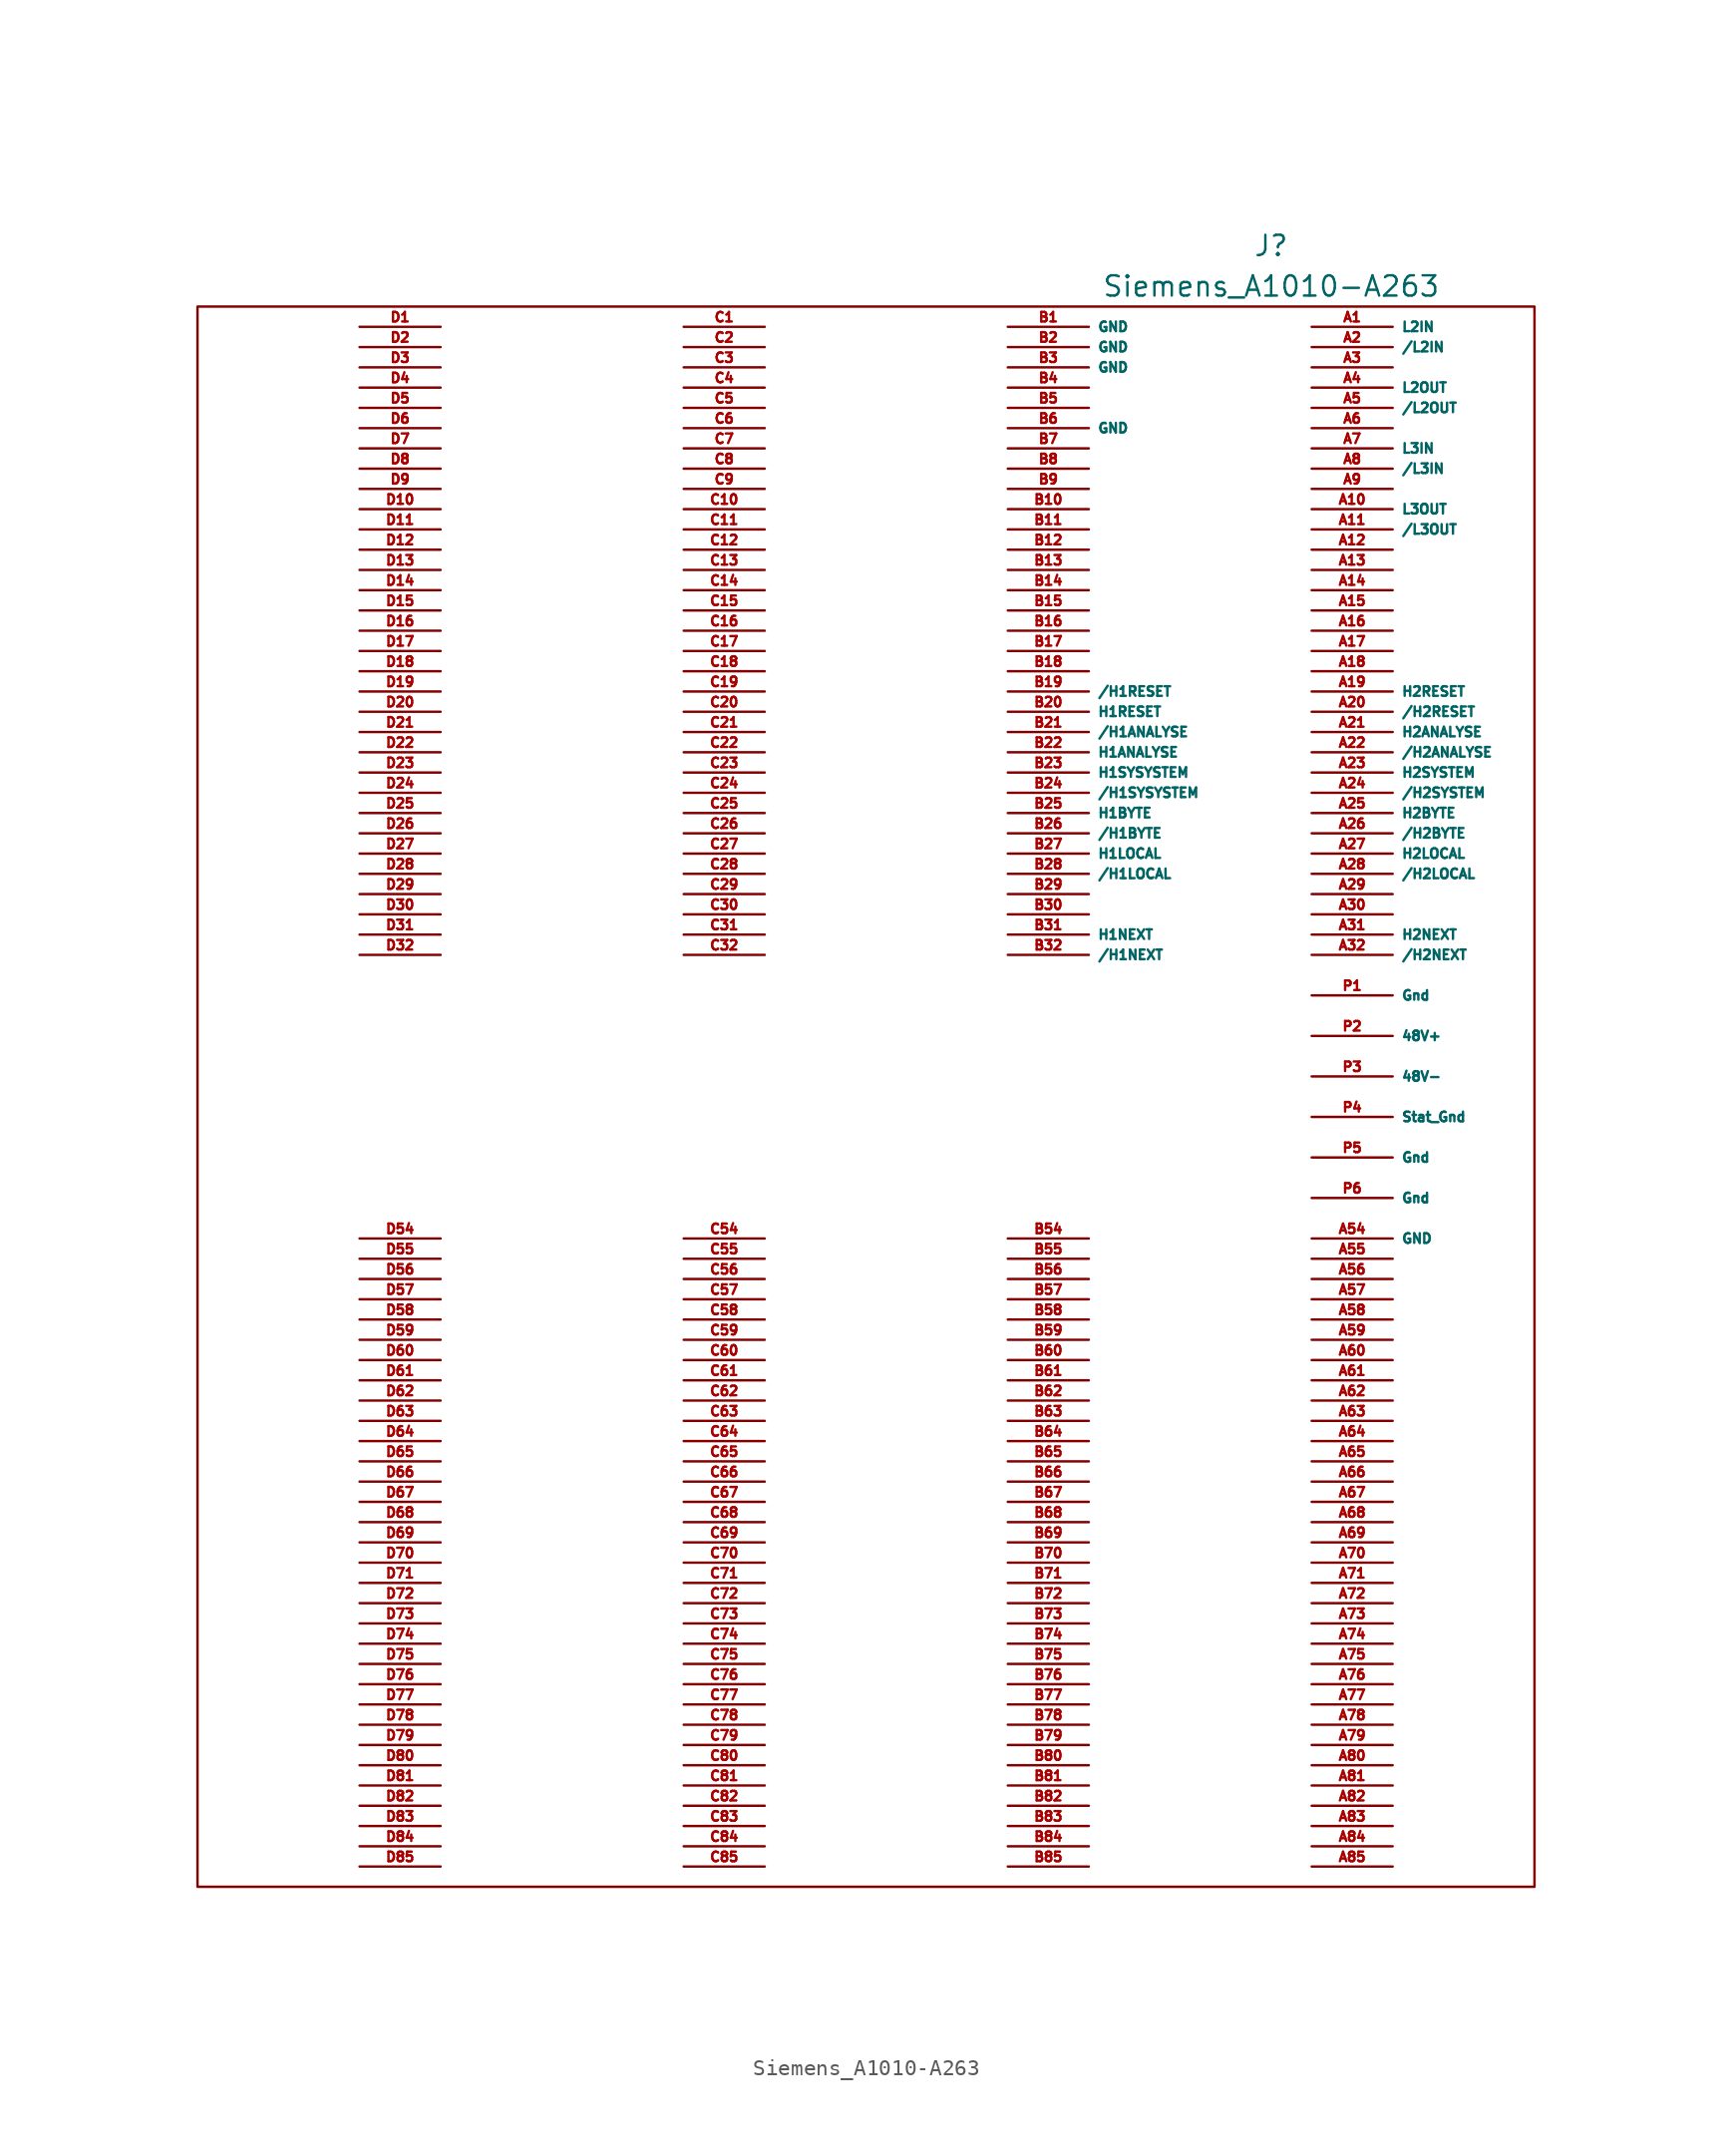
<source format=kicad_sym>
(kicad_symbol_lib
  (version 20211014)
  (generator kicad_symbol_editor)
  (symbol "Siemens_A1010-A263"
    (property "Reference" "J"
      (at 0 0 0)
      (effects (font (size 1.27 1.27))))
    (property "Value" "Siemens_A1010-A263"
      (at 0 -2.54 0)
      (effects (font (size 1.27 1.27))))
    (symbol "Siemens_A1010-A263_0_1"
      (rectangle (start -67.31 -3.81) (end 16.51 -102.87) (stroke (width 0) (type default) (color 0 0 0 0)) (fill (type none))))
    (symbol "Siemens_A1010-A263_1_1"
      (pin output line (at 2.54 -5.08 0) (length 5.08) (name "L2IN" (effects (font (size 0.6 0.6)))) (number "A1" (effects (font (size 0.6 0.6)))))
      (pin input line (at 2.54 -16.51 0) (length 5.08) (name "L3OUT" (effects (font (size 0.6 0.6)))) (number "A10" (effects (font (size 0.6 0.6)))))
      (pin input line (at 2.54 -17.78 0) (length 5.08) (name "/L3OUT" (effects (font (size 0.6 0.6)))) (number "A11" (effects (font (size 0.6 0.6)))))
      (pin unspecified line (at 2.54 -19.05 0) (length 5.08) (name "" (effects (font (size 0.6 0.6)))) (number "A12" (effects (font (size 0.6 0.6)))))
      (pin unspecified line (at 2.54 -20.32 0) (length 5.08) (name "" (effects (font (size 0.6 0.6)))) (number "A13" (effects (font (size 0.6 0.6)))))
      (pin unspecified line (at 2.54 -21.59 0) (length 5.08) (name "" (effects (font (size 0.6 0.6)))) (number "A14" (effects (font (size 0.6 0.6)))))
      (pin unspecified line (at 2.54 -22.86 0) (length 5.08) (name "" (effects (font (size 0.6 0.6)))) (number "A15" (effects (font (size 0.6 0.6)))))
      (pin unspecified line (at 2.54 -24.13 0) (length 5.08) (name "" (effects (font (size 0.6 0.6)))) (number "A16" (effects (font (size 0.6 0.6)))))
      (pin unspecified line (at 2.54 -25.4 0) (length 5.08) (name "" (effects (font (size 0.6 0.6)))) (number "A17" (effects (font (size 0.6 0.6)))))
      (pin unspecified line (at 2.54 -26.67 0) (length 5.08) (name "" (effects (font (size 0.6 0.6)))) (number "A18" (effects (font (size 0.6 0.6)))))
      (pin tri_state line (at 2.54 -27.94 0) (length 5.08) (name "H2RESET" (effects (font (size 0.6 0.6)))) (number "A19" (effects (font (size 0.6 0.6)))))
      (pin output line (at 2.54 -6.35 0) (length 5.08) (name "/L2IN" (effects (font (size 0.6 0.6)))) (number "A2" (effects (font (size 0.6 0.6)))))
      (pin tri_state line (at 2.54 -29.21 0) (length 5.08) (name "/H2RESET" (effects (font (size 0.6 0.6)))) (number "A20" (effects (font (size 0.6 0.6)))))
      (pin tri_state line (at 2.54 -30.48 0) (length 5.08) (name "H2ANALYSE" (effects (font (size 0.6 0.6)))) (number "A21" (effects (font (size 0.6 0.6)))))
      (pin tri_state line (at 2.54 -31.75 0) (length 5.08) (name "/H2ANALYSE" (effects (font (size 0.6 0.6)))) (number "A22" (effects (font (size 0.6 0.6)))))
      (pin tri_state line (at 2.54 -33.02 0) (length 5.08) (name "H2SYSTEM" (effects (font (size 0.6 0.6)))) (number "A23" (effects (font (size 0.6 0.6)))))
      (pin tri_state line (at 2.54 -34.29 0) (length 5.08) (name "/H2SYSTEM" (effects (font (size 0.6 0.6)))) (number "A24" (effects (font (size 0.6 0.6)))))
      (pin tri_state line (at 2.54 -35.56 0) (length 5.08) (name "H2BYTE" (effects (font (size 0.6 0.6)))) (number "A25" (effects (font (size 0.6 0.6)))))
      (pin tri_state line (at 2.54 -36.83 0) (length 5.08) (name "/H2BYTE" (effects (font (size 0.6 0.6)))) (number "A26" (effects (font (size 0.6 0.6)))))
      (pin tri_state line (at 2.54 -38.1 0) (length 5.08) (name "H2LOCAL" (effects (font (size 0.6 0.6)))) (number "A27" (effects (font (size 0.6 0.6)))))
      (pin tri_state line (at 2.54 -39.37 0) (length 5.08) (name "/H2LOCAL" (effects (font (size 0.6 0.6)))) (number "A28" (effects (font (size 0.6 0.6)))))
      (pin unspecified line (at 2.54 -40.64 0) (length 5.08) (name "" (effects (font (size 0.6 0.6)))) (number "A29" (effects (font (size 0.6 0.6)))))
      (pin unspecified line (at 2.54 -7.62 0) (length 5.08) (name "" (effects (font (size 0.6 0.6)))) (number "A3" (effects (font (size 0.6 0.6)))))
      (pin unspecified line (at 2.54 -41.91 0) (length 5.08) (name "" (effects (font (size 0.6 0.6)))) (number "A30" (effects (font (size 0.6 0.6)))))
      (pin tri_state line (at 2.54 -43.18 0) (length 5.08) (name "H2NEXT" (effects (font (size 0.6 0.6)))) (number "A31" (effects (font (size 0.6 0.6)))))
      (pin tri_state line (at 2.54 -44.45 0) (length 5.08) (name "/H2NEXT" (effects (font (size 0.6 0.6)))) (number "A32" (effects (font (size 0.6 0.6)))))
      (pin input line (at 2.54 -8.89 0) (length 5.08) (name "L2OUT" (effects (font (size 0.6 0.6)))) (number "A4" (effects (font (size 0.6 0.6)))))
      (pin input line (at 2.54 -10.16 0) (length 5.08) (name "/L2OUT" (effects (font (size 0.6 0.6)))) (number "A5" (effects (font (size 0.6 0.6)))))
      (pin power_in line (at 2.54 -62.23 0) (length 5.08) (name "GND" (effects (font (size 0.6 0.6)))) (number "A54" (effects (font (size 0.6 0.6)))))
      (pin unspecified line (at 2.54 -63.5 0) (length 5.08) (name "" (effects (font (size 0.6 0.6)))) (number "A55" (effects (font (size 0.6 0.6)))))
      (pin unspecified line (at 2.54 -64.77 0) (length 5.08) (name "" (effects (font (size 0.6 0.6)))) (number "A56" (effects (font (size 0.6 0.6)))))
      (pin unspecified line (at 2.54 -66.04 0) (length 5.08) (name "" (effects (font (size 0.6 0.6)))) (number "A57" (effects (font (size 0.6 0.6)))))
      (pin unspecified line (at 2.54 -67.31 0) (length 5.08) (name "" (effects (font (size 0.6 0.6)))) (number "A58" (effects (font (size 0.6 0.6)))))
      (pin unspecified line (at 2.54 -68.58 0) (length 5.08) (name "" (effects (font (size 0.6 0.6)))) (number "A59" (effects (font (size 0.6 0.6)))))
      (pin unspecified line (at 2.54 -11.43 0) (length 5.08) (name "" (effects (font (size 0.6 0.6)))) (number "A6" (effects (font (size 0.6 0.6)))))
      (pin unspecified line (at 2.54 -69.85 0) (length 5.08) (name "" (effects (font (size 0.6 0.6)))) (number "A60" (effects (font (size 0.6 0.6)))))
      (pin unspecified line (at 2.54 -71.12 0) (length 5.08) (name "" (effects (font (size 0.6 0.6)))) (number "A61" (effects (font (size 0.6 0.6)))))
      (pin unspecified line (at 2.54 -72.39 0) (length 5.08) (name "" (effects (font (size 0.6 0.6)))) (number "A62" (effects (font (size 0.6 0.6)))))
      (pin unspecified line (at 2.54 -73.66 0) (length 5.08) (name "" (effects (font (size 0.6 0.6)))) (number "A63" (effects (font (size 0.6 0.6)))))
      (pin unspecified line (at 2.54 -74.93 0) (length 5.08) (name "" (effects (font (size 0.6 0.6)))) (number "A64" (effects (font (size 0.6 0.6)))))
      (pin unspecified line (at 2.54 -76.2 0) (length 5.08) (name "" (effects (font (size 0.6 0.6)))) (number "A65" (effects (font (size 0.6 0.6)))))
      (pin unspecified line (at 2.54 -77.47 0) (length 5.08) (name "" (effects (font (size 0.6 0.6)))) (number "A66" (effects (font (size 0.6 0.6)))))
      (pin unspecified line (at 2.54 -78.74 0) (length 5.08) (name "" (effects (font (size 0.6 0.6)))) (number "A67" (effects (font (size 0.6 0.6)))))
      (pin unspecified line (at 2.54 -80.01 0) (length 5.08) (name "" (effects (font (size 0.6 0.6)))) (number "A68" (effects (font (size 0.6 0.6)))))
      (pin unspecified line (at 2.54 -81.28 0) (length 5.08) (name "" (effects (font (size 0.6 0.6)))) (number "A69" (effects (font (size 0.6 0.6)))))
      (pin output line (at 2.54 -12.7 0) (length 5.08) (name "L3IN" (effects (font (size 0.6 0.6)))) (number "A7" (effects (font (size 0.6 0.6)))))
      (pin unspecified line (at 2.54 -82.55 0) (length 5.08) (name "" (effects (font (size 0.6 0.6)))) (number "A70" (effects (font (size 0.6 0.6)))))
      (pin unspecified line (at 2.54 -83.82 0) (length 5.08) (name "" (effects (font (size 0.6 0.6)))) (number "A71" (effects (font (size 0.6 0.6)))))
      (pin unspecified line (at 2.54 -85.09 0) (length 5.08) (name "" (effects (font (size 0.6 0.6)))) (number "A72" (effects (font (size 0.6 0.6)))))
      (pin unspecified line (at 2.54 -86.36 0) (length 5.08) (name "" (effects (font (size 0.6 0.6)))) (number "A73" (effects (font (size 0.6 0.6)))))
      (pin unspecified line (at 2.54 -87.63 0) (length 5.08) (name "" (effects (font (size 0.6 0.6)))) (number "A74" (effects (font (size 0.6 0.6)))))
      (pin unspecified line (at 2.54 -88.9 0) (length 5.08) (name "" (effects (font (size 0.6 0.6)))) (number "A75" (effects (font (size 0.6 0.6)))))
      (pin unspecified line (at 2.54 -90.17 0) (length 5.08) (name "" (effects (font (size 0.6 0.6)))) (number "A76" (effects (font (size 0.6 0.6)))))
      (pin unspecified line (at 2.54 -91.44 0) (length 5.08) (name "" (effects (font (size 0.6 0.6)))) (number "A77" (effects (font (size 0.6 0.6)))))
      (pin unspecified line (at 2.54 -92.71 0) (length 5.08) (name "" (effects (font (size 0.6 0.6)))) (number "A78" (effects (font (size 0.6 0.6)))))
      (pin unspecified line (at 2.54 -93.98 0) (length 5.08) (name "" (effects (font (size 0.6 0.6)))) (number "A79" (effects (font (size 0.6 0.6)))))
      (pin output line (at 2.54 -13.97 0) (length 5.08) (name "/L3IN" (effects (font (size 0.6 0.6)))) (number "A8" (effects (font (size 0.6 0.6)))))
      (pin unspecified line (at 2.54 -95.25 0) (length 5.08) (name "" (effects (font (size 0.6 0.6)))) (number "A80" (effects (font (size 0.6 0.6)))))
      (pin unspecified line (at 2.54 -96.52 0) (length 5.08) (name "" (effects (font (size 0.6 0.6)))) (number "A81" (effects (font (size 0.6 0.6)))))
      (pin unspecified line (at 2.54 -97.79 0) (length 5.08) (name "" (effects (font (size 0.6 0.6)))) (number "A82" (effects (font (size 0.6 0.6)))))
      (pin unspecified line (at 2.54 -99.06 0) (length 5.08) (name "" (effects (font (size 0.6 0.6)))) (number "A83" (effects (font (size 0.6 0.6)))))
      (pin unspecified line (at 2.54 -100.33 0) (length 5.08) (name "" (effects (font (size 0.6 0.6)))) (number "A84" (effects (font (size 0.6 0.6)))))
      (pin unspecified line (at 2.54 -101.6 0) (length 5.08) (name "" (effects (font (size 0.6 0.6)))) (number "A85" (effects (font (size 0.6 0.6)))))
      (pin unspecified line (at 2.54 -15.24 0) (length 5.08) (name "" (effects (font (size 0.6 0.6)))) (number "A9" (effects (font (size 0.6 0.6)))))
      (pin power_in line (at -16.51 -5.08 0) (length 5.08) (name "GND" (effects (font (size 0.6 0.6)))) (number "B1" (effects (font (size 0.6 0.6)))))
      (pin unspecified line (at -16.51 -16.51 0) (length 5.08) (name "" (effects (font (size 0.6 0.6)))) (number "B10" (effects (font (size 0.6 0.6)))))
      (pin unspecified line (at -16.51 -17.78 0) (length 5.08) (name "" (effects (font (size 0.6 0.6)))) (number "B11" (effects (font (size 0.6 0.6)))))
      (pin unspecified line (at -16.51 -19.05 0) (length 5.08) (name "" (effects (font (size 0.6 0.6)))) (number "B12" (effects (font (size 0.6 0.6)))))
      (pin unspecified line (at -16.51 -20.32 0) (length 5.08) (name "" (effects (font (size 0.6 0.6)))) (number "B13" (effects (font (size 0.6 0.6)))))
      (pin unspecified line (at -16.51 -21.59 0) (length 5.08) (name "" (effects (font (size 0.6 0.6)))) (number "B14" (effects (font (size 0.6 0.6)))))
      (pin unspecified line (at -16.51 -22.86 0) (length 5.08) (name "" (effects (font (size 0.6 0.6)))) (number "B15" (effects (font (size 0.6 0.6)))))
      (pin unspecified line (at -16.51 -24.13 0) (length 5.08) (name "" (effects (font (size 0.6 0.6)))) (number "B16" (effects (font (size 0.6 0.6)))))
      (pin unspecified line (at -16.51 -25.4 0) (length 5.08) (name "" (effects (font (size 0.6 0.6)))) (number "B17" (effects (font (size 0.6 0.6)))))
      (pin unspecified line (at -16.51 -26.67 0) (length 5.08) (name "" (effects (font (size 0.6 0.6)))) (number "B18" (effects (font (size 0.6 0.6)))))
      (pin tri_state line (at -16.51 -27.94 0) (length 5.08) (name "/H1RESET" (effects (font (size 0.6 0.6)))) (number "B19" (effects (font (size 0.6 0.6)))))
      (pin power_in line (at -16.51 -6.35 0) (length 5.08) (name "GND" (effects (font (size 0.6 0.6)))) (number "B2" (effects (font (size 0.6 0.6)))))
      (pin tri_state line (at -16.51 -29.21 0) (length 5.08) (name "H1RESET" (effects (font (size 0.6 0.6)))) (number "B20" (effects (font (size 0.6 0.6)))))
      (pin tri_state line (at -16.51 -30.48 0) (length 5.08) (name "/H1ANALYSE" (effects (font (size 0.6 0.6)))) (number "B21" (effects (font (size 0.6 0.6)))))
      (pin tri_state line (at -16.51 -31.75 0) (length 5.08) (name "H1ANALYSE" (effects (font (size 0.6 0.6)))) (number "B22" (effects (font (size 0.6 0.6)))))
      (pin tri_state line (at -16.51 -33.02 0) (length 5.08) (name "H1SYSYSTEM" (effects (font (size 0.6 0.6)))) (number "B23" (effects (font (size 0.6 0.6)))))
      (pin tri_state line (at -16.51 -34.29 0) (length 5.08) (name "/H1SYSYSTEM" (effects (font (size 0.6 0.6)))) (number "B24" (effects (font (size 0.6 0.6)))))
      (pin tri_state line (at -16.51 -35.56 0) (length 5.08) (name "H1BYTE" (effects (font (size 0.6 0.6)))) (number "B25" (effects (font (size 0.6 0.6)))))
      (pin tri_state line (at -16.51 -36.83 0) (length 5.08) (name "/H1BYTE" (effects (font (size 0.6 0.6)))) (number "B26" (effects (font (size 0.6 0.6)))))
      (pin tri_state line (at -16.51 -38.1 0) (length 5.08) (name "H1LOCAL" (effects (font (size 0.6 0.6)))) (number "B27" (effects (font (size 0.6 0.6)))))
      (pin tri_state line (at -16.51 -39.37 0) (length 5.08) (name "/H1LOCAL" (effects (font (size 0.6 0.6)))) (number "B28" (effects (font (size 0.6 0.6)))))
      (pin unspecified line (at -16.51 -40.64 0) (length 5.08) (name "" (effects (font (size 0.6 0.6)))) (number "B29" (effects (font (size 0.6 0.6)))))
      (pin power_in line (at -16.51 -7.62 0) (length 5.08) (name "GND" (effects (font (size 0.6 0.6)))) (number "B3" (effects (font (size 0.6 0.6)))))
      (pin unspecified line (at -16.51 -41.91 0) (length 5.08) (name "" (effects (font (size 0.6 0.6)))) (number "B30" (effects (font (size 0.6 0.6)))))
      (pin tri_state line (at -16.51 -43.18 0) (length 5.08) (name "H1NEXT" (effects (font (size 0.6 0.6)))) (number "B31" (effects (font (size 0.6 0.6)))))
      (pin tri_state line (at -16.51 -44.45 0) (length 5.08) (name "/H1NEXT" (effects (font (size 0.6 0.6)))) (number "B32" (effects (font (size 0.6 0.6)))))
      (pin unspecified line (at -16.51 -8.89 0) (length 5.08) (name "" (effects (font (size 0.6 0.6)))) (number "B4" (effects (font (size 0.6 0.6)))))
      (pin unspecified line (at -16.51 -10.16 0) (length 5.08) (name "" (effects (font (size 0.6 0.6)))) (number "B5" (effects (font (size 0.6 0.6)))))
      (pin unspecified line (at -16.51 -62.23 0) (length 5.08) (name "" (effects (font (size 0.6 0.6)))) (number "B54" (effects (font (size 0.6 0.6)))))
      (pin unspecified line (at -16.51 -63.5 0) (length 5.08) (name "" (effects (font (size 0.6 0.6)))) (number "B55" (effects (font (size 0.6 0.6)))))
      (pin unspecified line (at -16.51 -64.77 0) (length 5.08) (name "" (effects (font (size 0.6 0.6)))) (number "B56" (effects (font (size 0.6 0.6)))))
      (pin unspecified line (at -16.51 -66.04 0) (length 5.08) (name "" (effects (font (size 0.6 0.6)))) (number "B57" (effects (font (size 0.6 0.6)))))
      (pin unspecified line (at -16.51 -67.31 0) (length 5.08) (name "" (effects (font (size 0.6 0.6)))) (number "B58" (effects (font (size 0.6 0.6)))))
      (pin unspecified line (at -16.51 -68.58 0) (length 5.08) (name "" (effects (font (size 0.6 0.6)))) (number "B59" (effects (font (size 0.6 0.6)))))
      (pin power_in line (at -16.51 -11.43 0) (length 5.08) (name "GND" (effects (font (size 0.6 0.6)))) (number "B6" (effects (font (size 0.6 0.6)))))
      (pin unspecified line (at -16.51 -69.85 0) (length 5.08) (name "" (effects (font (size 0.6 0.6)))) (number "B60" (effects (font (size 0.6 0.6)))))
      (pin unspecified line (at -16.51 -71.12 0) (length 5.08) (name "" (effects (font (size 0.6 0.6)))) (number "B61" (effects (font (size 0.6 0.6)))))
      (pin unspecified line (at -16.51 -72.39 0) (length 5.08) (name "" (effects (font (size 0.6 0.6)))) (number "B62" (effects (font (size 0.6 0.6)))))
      (pin unspecified line (at -16.51 -73.66 0) (length 5.08) (name "" (effects (font (size 0.6 0.6)))) (number "B63" (effects (font (size 0.6 0.6)))))
      (pin unspecified line (at -16.51 -74.93 0) (length 5.08) (name "" (effects (font (size 0.6 0.6)))) (number "B64" (effects (font (size 0.6 0.6)))))
      (pin unspecified line (at -16.51 -76.2 0) (length 5.08) (name "" (effects (font (size 0.6 0.6)))) (number "B65" (effects (font (size 0.6 0.6)))))
      (pin unspecified line (at -16.51 -77.47 0) (length 5.08) (name "" (effects (font (size 0.6 0.6)))) (number "B66" (effects (font (size 0.6 0.6)))))
      (pin unspecified line (at -16.51 -78.74 0) (length 5.08) (name "" (effects (font (size 0.6 0.6)))) (number "B67" (effects (font (size 0.6 0.6)))))
      (pin unspecified line (at -16.51 -80.01 0) (length 5.08) (name "" (effects (font (size 0.6 0.6)))) (number "B68" (effects (font (size 0.6 0.6)))))
      (pin unspecified line (at -16.51 -81.28 0) (length 5.08) (name "" (effects (font (size 0.6 0.6)))) (number "B69" (effects (font (size 0.6 0.6)))))
      (pin unspecified line (at -16.51 -12.7 0) (length 5.08) (name "" (effects (font (size 0.6 0.6)))) (number "B7" (effects (font (size 0.6 0.6)))))
      (pin unspecified line (at -16.51 -82.55 0) (length 5.08) (name "" (effects (font (size 0.6 0.6)))) (number "B70" (effects (font (size 0.6 0.6)))))
      (pin unspecified line (at -16.51 -83.82 0) (length 5.08) (name "" (effects (font (size 0.6 0.6)))) (number "B71" (effects (font (size 0.6 0.6)))))
      (pin unspecified line (at -16.51 -85.09 0) (length 5.08) (name "" (effects (font (size 0.6 0.6)))) (number "B72" (effects (font (size 0.6 0.6)))))
      (pin unspecified line (at -16.51 -86.36 0) (length 5.08) (name "" (effects (font (size 0.6 0.6)))) (number "B73" (effects (font (size 0.6 0.6)))))
      (pin unspecified line (at -16.51 -87.63 0) (length 5.08) (name "" (effects (font (size 0.6 0.6)))) (number "B74" (effects (font (size 0.6 0.6)))))
      (pin unspecified line (at -16.51 -88.9 0) (length 5.08) (name "" (effects (font (size 0.6 0.6)))) (number "B75" (effects (font (size 0.6 0.6)))))
      (pin unspecified line (at -16.51 -90.17 0) (length 5.08) (name "" (effects (font (size 0.6 0.6)))) (number "B76" (effects (font (size 0.6 0.6)))))
      (pin unspecified line (at -16.51 -91.44 0) (length 5.08) (name "" (effects (font (size 0.6 0.6)))) (number "B77" (effects (font (size 0.6 0.6)))))
      (pin unspecified line (at -16.51 -92.71 0) (length 5.08) (name "" (effects (font (size 0.6 0.6)))) (number "B78" (effects (font (size 0.6 0.6)))))
      (pin unspecified line (at -16.51 -93.98 0) (length 5.08) (name "" (effects (font (size 0.6 0.6)))) (number "B79" (effects (font (size 0.6 0.6)))))
      (pin unspecified line (at -16.51 -13.97 0) (length 5.08) (name "" (effects (font (size 0.6 0.6)))) (number "B8" (effects (font (size 0.6 0.6)))))
      (pin unspecified line (at -16.51 -95.25 0) (length 5.08) (name "" (effects (font (size 0.6 0.6)))) (number "B80" (effects (font (size 0.6 0.6)))))
      (pin unspecified line (at -16.51 -96.52 0) (length 5.08) (name "" (effects (font (size 0.6 0.6)))) (number "B81" (effects (font (size 0.6 0.6)))))
      (pin unspecified line (at -16.51 -97.79 0) (length 5.08) (name "" (effects (font (size 0.6 0.6)))) (number "B82" (effects (font (size 0.6 0.6)))))
      (pin unspecified line (at -16.51 -99.06 0) (length 5.08) (name "" (effects (font (size 0.6 0.6)))) (number "B83" (effects (font (size 0.6 0.6)))))
      (pin unspecified line (at -16.51 -100.33 0) (length 5.08) (name "" (effects (font (size 0.6 0.6)))) (number "B84" (effects (font (size 0.6 0.6)))))
      (pin unspecified line (at -16.51 -101.6 0) (length 5.08) (name "" (effects (font (size 0.6 0.6)))) (number "B85" (effects (font (size 0.6 0.6)))))
      (pin unspecified line (at -16.51 -15.24 0) (length 5.08) (name "" (effects (font (size 0.6 0.6)))) (number "B9" (effects (font (size 0.6 0.6)))))
      (pin unspecified line (at -36.83 -5.08 0) (length 5.08) (name "" (effects (font (size 0.6 0.6)))) (number "C1" (effects (font (size 0.6 0.6)))))
      (pin unspecified line (at -36.83 -16.51 0) (length 5.08) (name "" (effects (font (size 0.6 0.6)))) (number "C10" (effects (font (size 0.6 0.6)))))
      (pin unspecified line (at -36.83 -17.78 0) (length 5.08) (name "" (effects (font (size 0.6 0.6)))) (number "C11" (effects (font (size 0.6 0.6)))))
      (pin unspecified line (at -36.83 -19.05 0) (length 5.08) (name "" (effects (font (size 0.6 0.6)))) (number "C12" (effects (font (size 0.6 0.6)))))
      (pin unspecified line (at -36.83 -20.32 0) (length 5.08) (name "" (effects (font (size 0.6 0.6)))) (number "C13" (effects (font (size 0.6 0.6)))))
      (pin unspecified line (at -36.83 -21.59 0) (length 5.08) (name "" (effects (font (size 0.6 0.6)))) (number "C14" (effects (font (size 0.6 0.6)))))
      (pin unspecified line (at -36.83 -22.86 0) (length 5.08) (name "" (effects (font (size 0.6 0.6)))) (number "C15" (effects (font (size 0.6 0.6)))))
      (pin unspecified line (at -36.83 -24.13 0) (length 5.08) (name "" (effects (font (size 0.6 0.6)))) (number "C16" (effects (font (size 0.6 0.6)))))
      (pin unspecified line (at -36.83 -25.4 0) (length 5.08) (name "" (effects (font (size 0.6 0.6)))) (number "C17" (effects (font (size 0.6 0.6)))))
      (pin unspecified line (at -36.83 -26.67 0) (length 5.08) (name "" (effects (font (size 0.6 0.6)))) (number "C18" (effects (font (size 0.6 0.6)))))
      (pin unspecified line (at -36.83 -27.94 0) (length 5.08) (name "" (effects (font (size 0.6 0.6)))) (number "C19" (effects (font (size 0.6 0.6)))))
      (pin unspecified line (at -36.83 -6.35 0) (length 5.08) (name "" (effects (font (size 0.6 0.6)))) (number "C2" (effects (font (size 0.6 0.6)))))
      (pin unspecified line (at -36.83 -29.21 0) (length 5.08) (name "" (effects (font (size 0.6 0.6)))) (number "C20" (effects (font (size 0.6 0.6)))))
      (pin unspecified line (at -36.83 -30.48 0) (length 5.08) (name "" (effects (font (size 0.6 0.6)))) (number "C21" (effects (font (size 0.6 0.6)))))
      (pin unspecified line (at -36.83 -31.75 0) (length 5.08) (name "" (effects (font (size 0.6 0.6)))) (number "C22" (effects (font (size 0.6 0.6)))))
      (pin unspecified line (at -36.83 -33.02 0) (length 5.08) (name "" (effects (font (size 0.6 0.6)))) (number "C23" (effects (font (size 0.6 0.6)))))
      (pin unspecified line (at -36.83 -34.29 0) (length 5.08) (name "" (effects (font (size 0.6 0.6)))) (number "C24" (effects (font (size 0.6 0.6)))))
      (pin unspecified line (at -36.83 -35.56 0) (length 5.08) (name "" (effects (font (size 0.6 0.6)))) (number "C25" (effects (font (size 0.6 0.6)))))
      (pin unspecified line (at -36.83 -36.83 0) (length 5.08) (name "" (effects (font (size 0.6 0.6)))) (number "C26" (effects (font (size 0.6 0.6)))))
      (pin unspecified line (at -36.83 -38.1 0) (length 5.08) (name "" (effects (font (size 0.6 0.6)))) (number "C27" (effects (font (size 0.6 0.6)))))
      (pin unspecified line (at -36.83 -39.37 0) (length 5.08) (name "" (effects (font (size 0.6 0.6)))) (number "C28" (effects (font (size 0.6 0.6)))))
      (pin unspecified line (at -36.83 -40.64 0) (length 5.08) (name "" (effects (font (size 0.6 0.6)))) (number "C29" (effects (font (size 0.6 0.6)))))
      (pin unspecified line (at -36.83 -7.62 0) (length 5.08) (name "" (effects (font (size 0.6 0.6)))) (number "C3" (effects (font (size 0.6 0.6)))))
      (pin unspecified line (at -36.83 -41.91 0) (length 5.08) (name "" (effects (font (size 0.6 0.6)))) (number "C30" (effects (font (size 0.6 0.6)))))
      (pin unspecified line (at -36.83 -43.18 0) (length 5.08) (name "" (effects (font (size 0.6 0.6)))) (number "C31" (effects (font (size 0.6 0.6)))))
      (pin unspecified line (at -36.83 -44.45 0) (length 5.08) (name "" (effects (font (size 0.6 0.6)))) (number "C32" (effects (font (size 0.6 0.6)))))
      (pin unspecified line (at -36.83 -8.89 0) (length 5.08) (name "" (effects (font (size 0.6 0.6)))) (number "C4" (effects (font (size 0.6 0.6)))))
      (pin unspecified line (at -36.83 -10.16 0) (length 5.08) (name "" (effects (font (size 0.6 0.6)))) (number "C5" (effects (font (size 0.6 0.6)))))
      (pin unspecified line (at -36.83 -62.23 0) (length 5.08) (name "" (effects (font (size 0.6 0.6)))) (number "C54" (effects (font (size 0.6 0.6)))))
      (pin unspecified line (at -36.83 -63.5 0) (length 5.08) (name "" (effects (font (size 0.6 0.6)))) (number "C55" (effects (font (size 0.6 0.6)))))
      (pin unspecified line (at -36.83 -64.77 0) (length 5.08) (name "" (effects (font (size 0.6 0.6)))) (number "C56" (effects (font (size 0.6 0.6)))))
      (pin unspecified line (at -36.83 -66.04 0) (length 5.08) (name "" (effects (font (size 0.6 0.6)))) (number "C57" (effects (font (size 0.6 0.6)))))
      (pin unspecified line (at -36.83 -67.31 0) (length 5.08) (name "" (effects (font (size 0.6 0.6)))) (number "C58" (effects (font (size 0.6 0.6)))))
      (pin unspecified line (at -36.83 -68.58 0) (length 5.08) (name "" (effects (font (size 0.6 0.6)))) (number "C59" (effects (font (size 0.6 0.6)))))
      (pin unspecified line (at -36.83 -11.43 0) (length 5.08) (name "" (effects (font (size 0.6 0.6)))) (number "C6" (effects (font (size 0.6 0.6)))))
      (pin unspecified line (at -36.83 -69.85 0) (length 5.08) (name "" (effects (font (size 0.6 0.6)))) (number "C60" (effects (font (size 0.6 0.6)))))
      (pin unspecified line (at -36.83 -71.12 0) (length 5.08) (name "" (effects (font (size 0.6 0.6)))) (number "C61" (effects (font (size 0.6 0.6)))))
      (pin unspecified line (at -36.83 -72.39 0) (length 5.08) (name "" (effects (font (size 0.6 0.6)))) (number "C62" (effects (font (size 0.6 0.6)))))
      (pin unspecified line (at -36.83 -73.66 0) (length 5.08) (name "" (effects (font (size 0.6 0.6)))) (number "C63" (effects (font (size 0.6 0.6)))))
      (pin unspecified line (at -36.83 -74.93 0) (length 5.08) (name "" (effects (font (size 0.6 0.6)))) (number "C64" (effects (font (size 0.6 0.6)))))
      (pin unspecified line (at -36.83 -76.2 0) (length 5.08) (name "" (effects (font (size 0.6 0.6)))) (number "C65" (effects (font (size 0.6 0.6)))))
      (pin unspecified line (at -36.83 -77.47 0) (length 5.08) (name "" (effects (font (size 0.6 0.6)))) (number "C66" (effects (font (size 0.6 0.6)))))
      (pin unspecified line (at -36.83 -78.74 0) (length 5.08) (name "" (effects (font (size 0.6 0.6)))) (number "C67" (effects (font (size 0.6 0.6)))))
      (pin unspecified line (at -36.83 -80.01 0) (length 5.08) (name "" (effects (font (size 0.6 0.6)))) (number "C68" (effects (font (size 0.6 0.6)))))
      (pin unspecified line (at -36.83 -81.28 0) (length 5.08) (name "" (effects (font (size 0.6 0.6)))) (number "C69" (effects (font (size 0.6 0.6)))))
      (pin unspecified line (at -36.83 -12.7 0) (length 5.08) (name "" (effects (font (size 0.6 0.6)))) (number "C7" (effects (font (size 0.6 0.6)))))
      (pin unspecified line (at -36.83 -82.55 0) (length 5.08) (name "" (effects (font (size 0.6 0.6)))) (number "C70" (effects (font (size 0.6 0.6)))))
      (pin unspecified line (at -36.83 -83.82 0) (length 5.08) (name "" (effects (font (size 0.6 0.6)))) (number "C71" (effects (font (size 0.6 0.6)))))
      (pin unspecified line (at -36.83 -85.09 0) (length 5.08) (name "" (effects (font (size 0.6 0.6)))) (number "C72" (effects (font (size 0.6 0.6)))))
      (pin unspecified line (at -36.83 -86.36 0) (length 5.08) (name "" (effects (font (size 0.6 0.6)))) (number "C73" (effects (font (size 0.6 0.6)))))
      (pin unspecified line (at -36.83 -87.63 0) (length 5.08) (name "" (effects (font (size 0.6 0.6)))) (number "C74" (effects (font (size 0.6 0.6)))))
      (pin unspecified line (at -36.83 -88.9 0) (length 5.08) (name "" (effects (font (size 0.6 0.6)))) (number "C75" (effects (font (size 0.6 0.6)))))
      (pin unspecified line (at -36.83 -90.17 0) (length 5.08) (name "" (effects (font (size 0.6 0.6)))) (number "C76" (effects (font (size 0.6 0.6)))))
      (pin unspecified line (at -36.83 -91.44 0) (length 5.08) (name "" (effects (font (size 0.6 0.6)))) (number "C77" (effects (font (size 0.6 0.6)))))
      (pin unspecified line (at -36.83 -92.71 0) (length 5.08) (name "" (effects (font (size 0.6 0.6)))) (number "C78" (effects (font (size 0.6 0.6)))))
      (pin unspecified line (at -36.83 -93.98 0) (length 5.08) (name "" (effects (font (size 0.6 0.6)))) (number "C79" (effects (font (size 0.6 0.6)))))
      (pin unspecified line (at -36.83 -13.97 0) (length 5.08) (name "" (effects (font (size 0.6 0.6)))) (number "C8" (effects (font (size 0.6 0.6)))))
      (pin unspecified line (at -36.83 -95.25 0) (length 5.08) (name "" (effects (font (size 0.6 0.6)))) (number "C80" (effects (font (size 0.6 0.6)))))
      (pin unspecified line (at -36.83 -96.52 0) (length 5.08) (name "" (effects (font (size 0.6 0.6)))) (number "C81" (effects (font (size 0.6 0.6)))))
      (pin unspecified line (at -36.83 -97.79 0) (length 5.08) (name "" (effects (font (size 0.6 0.6)))) (number "C82" (effects (font (size 0.6 0.6)))))
      (pin unspecified line (at -36.83 -99.06 0) (length 5.08) (name "" (effects (font (size 0.6 0.6)))) (number "C83" (effects (font (size 0.6 0.6)))))
      (pin unspecified line (at -36.83 -100.33 0) (length 5.08) (name "" (effects (font (size 0.6 0.6)))) (number "C84" (effects (font (size 0.6 0.6)))))
      (pin unspecified line (at -36.83 -101.6 0) (length 5.08) (name "" (effects (font (size 0.6 0.6)))) (number "C85" (effects (font (size 0.6 0.6)))))
      (pin unspecified line (at -36.83 -15.24 0) (length 5.08) (name "" (effects (font (size 0.6 0.6)))) (number "C9" (effects (font (size 0.6 0.6)))))
      (pin unspecified line (at -57.15 -5.08 0) (length 5.08) (name "" (effects (font (size 0.6 0.6)))) (number "D1" (effects (font (size 0.6 0.6)))))
      (pin unspecified line (at -57.15 -16.51 0) (length 5.08) (name "" (effects (font (size 0.6 0.6)))) (number "D10" (effects (font (size 0.6 0.6)))))
      (pin unspecified line (at -57.15 -17.78 0) (length 5.08) (name "" (effects (font (size 0.6 0.6)))) (number "D11" (effects (font (size 0.6 0.6)))))
      (pin unspecified line (at -57.15 -19.05 0) (length 5.08) (name "" (effects (font (size 0.6 0.6)))) (number "D12" (effects (font (size 0.6 0.6)))))
      (pin unspecified line (at -57.15 -20.32 0) (length 5.08) (name "" (effects (font (size 0.6 0.6)))) (number "D13" (effects (font (size 0.6 0.6)))))
      (pin unspecified line (at -57.15 -21.59 0) (length 5.08) (name "" (effects (font (size 0.6 0.6)))) (number "D14" (effects (font (size 0.6 0.6)))))
      (pin unspecified line (at -57.15 -22.86 0) (length 5.08) (name "" (effects (font (size 0.6 0.6)))) (number "D15" (effects (font (size 0.6 0.6)))))
      (pin unspecified line (at -57.15 -24.13 0) (length 5.08) (name "" (effects (font (size 0.6 0.6)))) (number "D16" (effects (font (size 0.6 0.6)))))
      (pin unspecified line (at -57.15 -25.4 0) (length 5.08) (name "" (effects (font (size 0.6 0.6)))) (number "D17" (effects (font (size 0.6 0.6)))))
      (pin unspecified line (at -57.15 -26.67 0) (length 5.08) (name "" (effects (font (size 0.6 0.6)))) (number "D18" (effects (font (size 0.6 0.6)))))
      (pin unspecified line (at -57.15 -27.94 0) (length 5.08) (name "" (effects (font (size 0.6 0.6)))) (number "D19" (effects (font (size 0.6 0.6)))))
      (pin unspecified line (at -57.15 -6.35 0) (length 5.08) (name "" (effects (font (size 0.6 0.6)))) (number "D2" (effects (font (size 0.6 0.6)))))
      (pin unspecified line (at -57.15 -29.21 0) (length 5.08) (name "" (effects (font (size 0.6 0.6)))) (number "D20" (effects (font (size 0.6 0.6)))))
      (pin unspecified line (at -57.15 -30.48 0) (length 5.08) (name "" (effects (font (size 0.6 0.6)))) (number "D21" (effects (font (size 0.6 0.6)))))
      (pin unspecified line (at -57.15 -31.75 0) (length 5.08) (name "" (effects (font (size 0.6 0.6)))) (number "D22" (effects (font (size 0.6 0.6)))))
      (pin unspecified line (at -57.15 -33.02 0) (length 5.08) (name "" (effects (font (size 0.6 0.6)))) (number "D23" (effects (font (size 0.6 0.6)))))
      (pin unspecified line (at -57.15 -34.29 0) (length 5.08) (name "" (effects (font (size 0.6 0.6)))) (number "D24" (effects (font (size 0.6 0.6)))))
      (pin unspecified line (at -57.15 -35.56 0) (length 5.08) (name "" (effects (font (size 0.6 0.6)))) (number "D25" (effects (font (size 0.6 0.6)))))
      (pin unspecified line (at -57.15 -36.83 0) (length 5.08) (name "" (effects (font (size 0.6 0.6)))) (number "D26" (effects (font (size 0.6 0.6)))))
      (pin unspecified line (at -57.15 -38.1 0) (length 5.08) (name "" (effects (font (size 0.6 0.6)))) (number "D27" (effects (font (size 0.6 0.6)))))
      (pin unspecified line (at -57.15 -39.37 0) (length 5.08) (name "" (effects (font (size 0.6 0.6)))) (number "D28" (effects (font (size 0.6 0.6)))))
      (pin unspecified line (at -57.15 -40.64 0) (length 5.08) (name "" (effects (font (size 0.6 0.6)))) (number "D29" (effects (font (size 0.6 0.6)))))
      (pin unspecified line (at -57.15 -7.62 0) (length 5.08) (name "" (effects (font (size 0.6 0.6)))) (number "D3" (effects (font (size 0.6 0.6)))))
      (pin unspecified line (at -57.15 -41.91 0) (length 5.08) (name "" (effects (font (size 0.6 0.6)))) (number "D30" (effects (font (size 0.6 0.6)))))
      (pin unspecified line (at -57.15 -43.18 0) (length 5.08) (name "" (effects (font (size 0.6 0.6)))) (number "D31" (effects (font (size 0.6 0.6)))))
      (pin unspecified line (at -57.15 -44.45 0) (length 5.08) (name "" (effects (font (size 0.6 0.6)))) (number "D32" (effects (font (size 0.6 0.6)))))
      (pin unspecified line (at -57.15 -8.89 0) (length 5.08) (name "" (effects (font (size 0.6 0.6)))) (number "D4" (effects (font (size 0.6 0.6)))))
      (pin unspecified line (at -57.15 -10.16 0) (length 5.08) (name "" (effects (font (size 0.6 0.6)))) (number "D5" (effects (font (size 0.6 0.6)))))
      (pin unspecified line (at -57.15 -62.23 0) (length 5.08) (name "" (effects (font (size 0.6 0.6)))) (number "D54" (effects (font (size 0.6 0.6)))))
      (pin unspecified line (at -57.15 -63.5 0) (length 5.08) (name "" (effects (font (size 0.6 0.6)))) (number "D55" (effects (font (size 0.6 0.6)))))
      (pin unspecified line (at -57.15 -64.77 0) (length 5.08) (name "" (effects (font (size 0.6 0.6)))) (number "D56" (effects (font (size 0.6 0.6)))))
      (pin unspecified line (at -57.15 -66.04 0) (length 5.08) (name "" (effects (font (size 0.6 0.6)))) (number "D57" (effects (font (size 0.6 0.6)))))
      (pin unspecified line (at -57.15 -67.31 0) (length 5.08) (name "" (effects (font (size 0.6 0.6)))) (number "D58" (effects (font (size 0.6 0.6)))))
      (pin unspecified line (at -57.15 -68.58 0) (length 5.08) (name "" (effects (font (size 0.6 0.6)))) (number "D59" (effects (font (size 0.6 0.6)))))
      (pin unspecified line (at -57.15 -11.43 0) (length 5.08) (name "" (effects (font (size 0.6 0.6)))) (number "D6" (effects (font (size 0.6 0.6)))))
      (pin unspecified line (at -57.15 -69.85 0) (length 5.08) (name "" (effects (font (size 0.6 0.6)))) (number "D60" (effects (font (size 0.6 0.6)))))
      (pin unspecified line (at -57.15 -71.12 0) (length 5.08) (name "" (effects (font (size 0.6 0.6)))) (number "D61" (effects (font (size 0.6 0.6)))))
      (pin unspecified line (at -57.15 -72.39 0) (length 5.08) (name "" (effects (font (size 0.6 0.6)))) (number "D62" (effects (font (size 0.6 0.6)))))
      (pin unspecified line (at -57.15 -73.66 0) (length 5.08) (name "" (effects (font (size 0.6 0.6)))) (number "D63" (effects (font (size 0.6 0.6)))))
      (pin unspecified line (at -57.15 -74.93 0) (length 5.08) (name "" (effects (font (size 0.6 0.6)))) (number "D64" (effects (font (size 0.6 0.6)))))
      (pin unspecified line (at -57.15 -76.2 0) (length 5.08) (name "" (effects (font (size 0.6 0.6)))) (number "D65" (effects (font (size 0.6 0.6)))))
      (pin unspecified line (at -57.15 -77.47 0) (length 5.08) (name "" (effects (font (size 0.6 0.6)))) (number "D66" (effects (font (size 0.6 0.6)))))
      (pin unspecified line (at -57.15 -78.74 0) (length 5.08) (name "" (effects (font (size 0.6 0.6)))) (number "D67" (effects (font (size 0.6 0.6)))))
      (pin unspecified line (at -57.15 -80.01 0) (length 5.08) (name "" (effects (font (size 0.6 0.6)))) (number "D68" (effects (font (size 0.6 0.6)))))
      (pin unspecified line (at -57.15 -81.28 0) (length 5.08) (name "" (effects (font (size 0.6 0.6)))) (number "D69" (effects (font (size 0.6 0.6)))))
      (pin unspecified line (at -57.15 -12.7 0) (length 5.08) (name "" (effects (font (size 0.6 0.6)))) (number "D7" (effects (font (size 0.6 0.6)))))
      (pin unspecified line (at -57.15 -82.55 0) (length 5.08) (name "" (effects (font (size 0.6 0.6)))) (number "D70" (effects (font (size 0.6 0.6)))))
      (pin unspecified line (at -57.15 -83.82 0) (length 5.08) (name "" (effects (font (size 0.6 0.6)))) (number "D71" (effects (font (size 0.6 0.6)))))
      (pin unspecified line (at -57.15 -85.09 0) (length 5.08) (name "" (effects (font (size 0.6 0.6)))) (number "D72" (effects (font (size 0.6 0.6)))))
      (pin unspecified line (at -57.15 -86.36 0) (length 5.08) (name "" (effects (font (size 0.6 0.6)))) (number "D73" (effects (font (size 0.6 0.6)))))
      (pin unspecified line (at -57.15 -87.63 0) (length 5.08) (name "" (effects (font (size 0.6 0.6)))) (number "D74" (effects (font (size 0.6 0.6)))))
      (pin unspecified line (at -57.15 -88.9 0) (length 5.08) (name "" (effects (font (size 0.6 0.6)))) (number "D75" (effects (font (size 0.6 0.6)))))
      (pin unspecified line (at -57.15 -90.17 0) (length 5.08) (name "" (effects (font (size 0.6 0.6)))) (number "D76" (effects (font (size 0.6 0.6)))))
      (pin unspecified line (at -57.15 -91.44 0) (length 5.08) (name "" (effects (font (size 0.6 0.6)))) (number "D77" (effects (font (size 0.6 0.6)))))
      (pin unspecified line (at -57.15 -92.71 0) (length 5.08) (name "" (effects (font (size 0.6 0.6)))) (number "D78" (effects (font (size 0.6 0.6)))))
      (pin unspecified line (at -57.15 -93.98 0) (length 5.08) (name "" (effects (font (size 0.6 0.6)))) (number "D79" (effects (font (size 0.6 0.6)))))
      (pin unspecified line (at -57.15 -13.97 0) (length 5.08) (name "" (effects (font (size 0.6 0.6)))) (number "D8" (effects (font (size 0.6 0.6)))))
      (pin unspecified line (at -57.15 -95.25 0) (length 5.08) (name "" (effects (font (size 0.6 0.6)))) (number "D80" (effects (font (size 0.6 0.6)))))
      (pin unspecified line (at -57.15 -96.52 0) (length 5.08) (name "" (effects (font (size 0.6 0.6)))) (number "D81" (effects (font (size 0.6 0.6)))))
      (pin unspecified line (at -57.15 -97.79 0) (length 5.08) (name "" (effects (font (size 0.6 0.6)))) (number "D82" (effects (font (size 0.6 0.6)))))
      (pin unspecified line (at -57.15 -99.06 0) (length 5.08) (name "" (effects (font (size 0.6 0.6)))) (number "D83" (effects (font (size 0.6 0.6)))))
      (pin unspecified line (at -57.15 -100.33 0) (length 5.08) (name "" (effects (font (size 0.6 0.6)))) (number "D84" (effects (font (size 0.6 0.6)))))
      (pin unspecified line (at -57.15 -101.6 0) (length 5.08) (name "" (effects (font (size 0.6 0.6)))) (number "D85" (effects (font (size 0.6 0.6)))))
      (pin unspecified line (at -57.15 -15.24 0) (length 5.08) (name "" (effects (font (size 0.6 0.6)))) (number "D9" (effects (font (size 0.6 0.6)))))
      (pin power_in line (at 2.54 -46.99 0) (length 5.08) (name "Gnd" (effects (font (size 0.6 0.6)))) (number "P1" (effects (font (size 0.6 0.6)))))
      (pin power_in line (at 2.54 -49.53 0) (length 5.08) (name "48V+" (effects (font (size 0.6 0.6)))) (number "P2" (effects (font (size 0.6 0.6)))))
      (pin power_in line (at 2.54 -52.07 0) (length 5.08) (name "48V-" (effects (font (size 0.6 0.6)))) (number "P3" (effects (font (size 0.6 0.6)))))
      (pin power_in line (at 2.54 -54.61 0) (length 5.08) (name "Stat_Gnd" (effects (font (size 0.6 0.6)))) (number "P4" (effects (font (size 0.6 0.6)))))
      (pin power_in line (at 2.54 -57.15 0) (length 5.08) (name "Gnd" (effects (font (size 0.6 0.6)))) (number "P5" (effects (font (size 0.6 0.6)))))
      (pin power_in line (at 2.54 -59.69 0) (length 5.08) (name "Gnd" (effects (font (size 0.6 0.6)))) (number "P6" (effects (font (size 0.6 0.6))))))))
</source>
